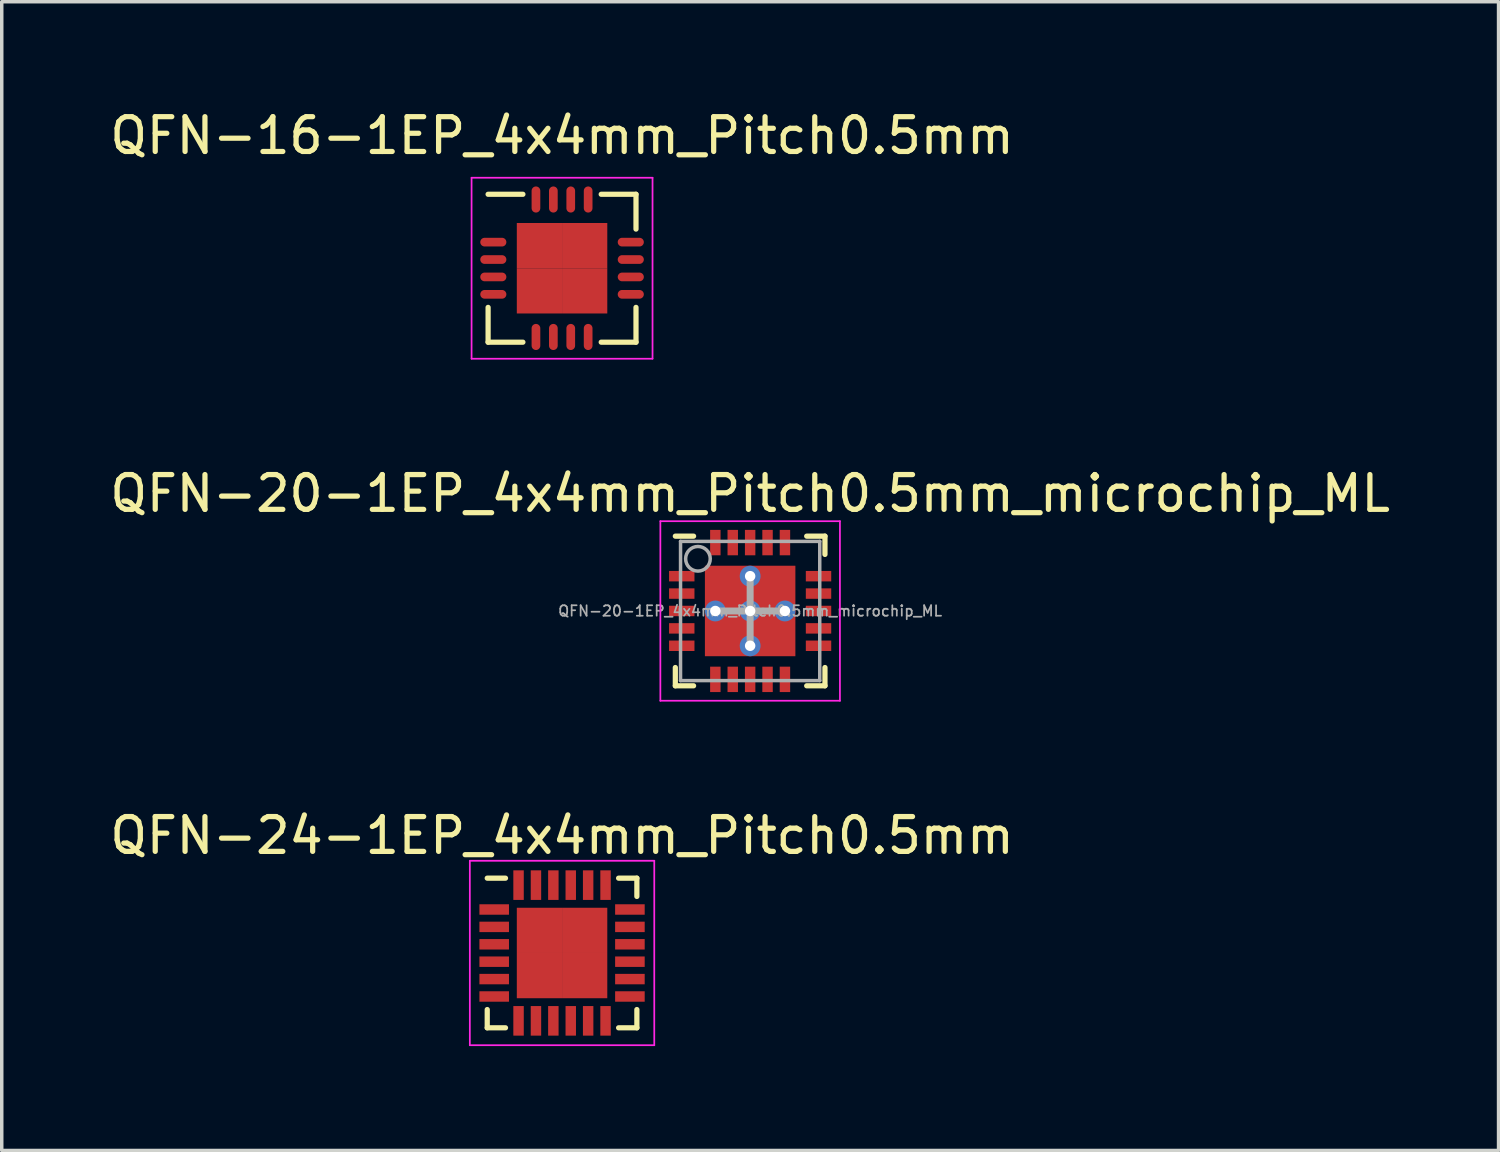
<source format=kicad_pcb>
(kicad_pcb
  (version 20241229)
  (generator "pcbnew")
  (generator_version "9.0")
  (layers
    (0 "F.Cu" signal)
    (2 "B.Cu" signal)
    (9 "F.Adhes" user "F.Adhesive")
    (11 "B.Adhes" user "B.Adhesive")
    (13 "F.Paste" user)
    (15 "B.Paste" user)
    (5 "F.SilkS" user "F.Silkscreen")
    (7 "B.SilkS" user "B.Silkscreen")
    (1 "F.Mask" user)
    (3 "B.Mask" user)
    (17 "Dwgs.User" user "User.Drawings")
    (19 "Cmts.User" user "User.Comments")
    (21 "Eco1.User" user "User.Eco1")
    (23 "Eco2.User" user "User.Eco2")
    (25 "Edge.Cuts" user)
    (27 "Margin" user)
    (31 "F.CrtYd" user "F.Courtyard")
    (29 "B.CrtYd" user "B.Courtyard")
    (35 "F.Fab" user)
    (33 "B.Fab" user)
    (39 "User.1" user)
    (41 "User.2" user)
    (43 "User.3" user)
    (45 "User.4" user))
  (footprint "QFN-16-1EP_4x4mm_Pitch0.5mm"
    (layer "F.Cu")
    (at 13.101 4.658)
    (property "Reference" "QFN-16-1EP_4x4mm_Pitch0.5mm" (at 0 -3.81 0) (layer "F.SilkS") (effects (font (size 1 1) (thickness 0.15))))
    (attr smd)
    (fp_line (start -2.125 -2.125) (end -1.125 -2.125) (stroke (width 0.15) (type solid)) (layer "F.SilkS"))
    (fp_line (start -2.125 2.125) (end -2.125 1.125) (stroke (width 0.15) (type solid)) (layer "F.SilkS"))
    (fp_line (start -2.125 2.125) (end -1.125 2.125) (stroke (width 0.15) (type solid)) (layer "F.SilkS"))
    (fp_line (start 2.125 -2.125) (end 1.125 -2.125) (stroke (width 0.15) (type solid)) (layer "F.SilkS"))
    (fp_line (start 2.125 -2.125) (end 2.125 -1.125) (stroke (width 0.15) (type solid)) (layer "F.SilkS"))
    (fp_line (start 2.125 2.125) (end 1.125 2.125) (stroke (width 0.15) (type solid)) (layer "F.SilkS"))
    (fp_line (start 2.125 2.125) (end 2.125 1.125) (stroke (width 0.15) (type solid)) (layer "F.SilkS"))
    (fp_line (start -2.6 -2.6) (end -2.6 2.6) (stroke (width 0.05) (type solid)) (layer "F.CrtYd"))
    (fp_line (start -2.6 -2.6) (end 2.6 -2.6) (stroke (width 0.05) (type solid)) (layer "F.CrtYd"))
    (fp_line (start -2.6 2.6) (end 2.6 2.6) (stroke (width 0.05) (type solid)) (layer "F.CrtYd"))
    (fp_line (start 2.6 -2.6) (end 2.6 2.6) (stroke (width 0.05) (type solid)) (layer "F.CrtYd"))
    (pad "1" smd oval (at -1.975 -0.75) (size 0.75 0.25) (layers "F.Cu" "F.Mask" "F.Paste"))
    (pad "2" smd oval (at -1.975 -0.25) (size 0.75 0.25) (layers "F.Cu" "F.Mask" "F.Paste"))
    (pad "3" smd oval (at -1.975 0.25) (size 0.75 0.25) (layers "F.Cu" "F.Mask" "F.Paste"))
    (pad "4" smd oval (at -1.975 0.75) (size 0.75 0.25) (layers "F.Cu" "F.Mask" "F.Paste"))
    (pad "5" smd oval (at -0.75 1.975 90) (size 0.75 0.25) (layers "F.Cu" "F.Mask" "F.Paste"))
    (pad "6" smd oval (at -0.25 1.975 90) (size 0.75 0.25) (layers "F.Cu" "F.Mask" "F.Paste"))
    (pad "7" smd oval (at 0.25 1.975 90) (size 0.75 0.25) (layers "F.Cu" "F.Mask" "F.Paste"))
    (pad "8" smd oval (at 0.75 1.975 90) (size 0.75 0.25) (layers "F.Cu" "F.Mask" "F.Paste"))
    (pad "9" smd oval (at 1.975 0.75) (size 0.75 0.25) (layers "F.Cu" "F.Mask" "F.Paste"))
    (pad "10" smd oval (at 1.975 0.25) (size 0.75 0.25) (layers "F.Cu" "F.Mask" "F.Paste"))
    (pad "11" smd oval (at 1.975 -0.25) (size 0.75 0.25) (layers "F.Cu" "F.Mask" "F.Paste"))
    (pad "12" smd oval (at 1.975 -0.75) (size 0.75 0.25) (layers "F.Cu" "F.Mask" "F.Paste"))
    (pad "13" smd oval (at 0.75 -1.975 90) (size 0.75 0.25) (layers "F.Cu" "F.Mask" "F.Paste"))
    (pad "14" smd oval (at 0.25 -1.975 90) (size 0.75 0.25) (layers "F.Cu" "F.Mask" "F.Paste"))
    (pad "15" smd oval (at -0.25 -1.975 90) (size 0.75 0.25) (layers "F.Cu" "F.Mask" "F.Paste"))
    (pad "16" smd oval (at -0.75 -1.975 90) (size 0.75 0.25) (layers "F.Cu" "F.Mask" "F.Paste"))
    (pad "17" smd rect (at -0.65 -0.65) (size 1.3 1.3) (layers "F.Cu" "F.Mask" "F.Paste"))
    (pad "17" smd rect (at -0.65 0.65) (size 1.3 1.3) (layers "F.Cu" "F.Mask" "F.Paste"))
    (pad "17" smd rect (at 0.65 -0.65) (size 1.3 1.3) (layers "F.Cu" "F.Mask" "F.Paste"))
    (pad "17" smd rect (at 0.65 0.65) (size 1.3 1.3) (layers "F.Cu" "F.Mask" "F.Paste")))
  (footprint "QFN-24-1EP_4x4mm_Pitch0.5mm"
    (layer "F.Cu")
    (at 13.101 24.335)
    (property "Reference" "QFN-24-1EP_4x4mm_Pitch0.5mm" (at 0 -3.375 0) (layer "F.SilkS") (effects (font (size 1 1) (thickness 0.15))))
    (attr smd)
    (fp_line (start -2.15 -2.15) (end -1.625 -2.15) (stroke (width 0.15) (type solid)) (layer "F.SilkS"))
    (fp_line (start -2.15 2.15) (end -2.15 1.625) (stroke (width 0.15) (type solid)) (layer "F.SilkS"))
    (fp_line (start -2.15 2.15) (end -1.625 2.15) (stroke (width 0.15) (type solid)) (layer "F.SilkS"))
    (fp_line (start 2.15 -2.15) (end 1.625 -2.15) (stroke (width 0.15) (type solid)) (layer "F.SilkS"))
    (fp_line (start 2.15 -2.15) (end 2.15 -1.625) (stroke (width 0.15) (type solid)) (layer "F.SilkS"))
    (fp_line (start 2.15 2.15) (end 1.625 2.15) (stroke (width 0.15) (type solid)) (layer "F.SilkS"))
    (fp_line (start 2.15 2.15) (end 2.15 1.625) (stroke (width 0.15) (type solid)) (layer "F.SilkS"))
    (fp_line (start -2.65 -2.65) (end -2.65 2.65) (stroke (width 0.05) (type solid)) (layer "F.CrtYd"))
    (fp_line (start -2.65 -2.65) (end 2.65 -2.65) (stroke (width 0.05) (type solid)) (layer "F.CrtYd"))
    (fp_line (start -2.65 2.65) (end 2.65 2.65) (stroke (width 0.05) (type solid)) (layer "F.CrtYd"))
    (fp_line (start 2.65 -2.65) (end 2.65 2.65) (stroke (width 0.05) (type solid)) (layer "F.CrtYd"))
    (pad "1" smd rect (at -1.95 -1.25) (size 0.85 0.3) (layers "F.Cu" "F.Mask" "F.Paste"))
    (pad "2" smd rect (at -1.95 -0.75) (size 0.85 0.3) (layers "F.Cu" "F.Mask" "F.Paste"))
    (pad "3" smd rect (at -1.95 -0.25) (size 0.85 0.3) (layers "F.Cu" "F.Mask" "F.Paste"))
    (pad "4" smd rect (at -1.95 0.25) (size 0.85 0.3) (layers "F.Cu" "F.Mask" "F.Paste"))
    (pad "5" smd rect (at -1.95 0.75) (size 0.85 0.3) (layers "F.Cu" "F.Mask" "F.Paste"))
    (pad "6" smd rect (at -1.95 1.25) (size 0.85 0.3) (layers "F.Cu" "F.Mask" "F.Paste"))
    (pad "7" smd rect (at -1.25 1.95 90) (size 0.85 0.3) (layers "F.Cu" "F.Mask" "F.Paste"))
    (pad "8" smd rect (at -0.75 1.95 90) (size 0.85 0.3) (layers "F.Cu" "F.Mask" "F.Paste"))
    (pad "9" smd rect (at -0.25 1.95 90) (size 0.85 0.3) (layers "F.Cu" "F.Mask" "F.Paste"))
    (pad "10" smd rect (at 0.25 1.95 90) (size 0.85 0.3) (layers "F.Cu" "F.Mask" "F.Paste"))
    (pad "11" smd rect (at 0.75 1.95 90) (size 0.85 0.3) (layers "F.Cu" "F.Mask" "F.Paste"))
    (pad "12" smd rect (at 1.25 1.95 90) (size 0.85 0.3) (layers "F.Cu" "F.Mask" "F.Paste"))
    (pad "13" smd rect (at 1.95 1.25) (size 0.85 0.3) (layers "F.Cu" "F.Mask" "F.Paste"))
    (pad "14" smd rect (at 1.95 0.75) (size 0.85 0.3) (layers "F.Cu" "F.Mask" "F.Paste"))
    (pad "15" smd rect (at 1.95 0.25) (size 0.85 0.3) (layers "F.Cu" "F.Mask" "F.Paste"))
    (pad "16" smd rect (at 1.95 -0.25) (size 0.85 0.3) (layers "F.Cu" "F.Mask" "F.Paste"))
    (pad "17" smd rect (at 1.95 -0.75) (size 0.85 0.3) (layers "F.Cu" "F.Mask" "F.Paste"))
    (pad "18" smd rect (at 1.95 -1.25) (size 0.85 0.3) (layers "F.Cu" "F.Mask" "F.Paste"))
    (pad "19" smd rect (at 1.25 -1.95 90) (size 0.85 0.3) (layers "F.Cu" "F.Mask" "F.Paste"))
    (pad "20" smd rect (at 0.75 -1.95 90) (size 0.85 0.3) (layers "F.Cu" "F.Mask" "F.Paste"))
    (pad "21" smd rect (at 0.25 -1.95 90) (size 0.85 0.3) (layers "F.Cu" "F.Mask" "F.Paste"))
    (pad "22" smd rect (at -0.25 -1.95 90) (size 0.85 0.3) (layers "F.Cu" "F.Mask" "F.Paste"))
    (pad "23" smd rect (at -0.75 -1.95 90) (size 0.85 0.3) (layers "F.Cu" "F.Mask" "F.Paste"))
    (pad "24" smd rect (at -1.25 -1.95 90) (size 0.85 0.3) (layers "F.Cu" "F.Mask" "F.Paste"))
    (pad "25" smd rect (at -0.65 -0.65) (size 1.3 1.3) (layers "F.Cu" "F.Mask" "F.Paste"))
    (pad "25" smd rect (at -0.65 0.65) (size 1.3 1.3) (layers "F.Cu" "F.Mask" "F.Paste"))
    (pad "25" smd rect (at 0.65 -0.65) (size 1.3 1.3) (layers "F.Cu" "F.Mask" "F.Paste"))
    (pad "25" smd rect (at 0.65 0.65) (size 1.3 1.3) (layers "F.Cu" "F.Mask" "F.Paste")))
  (footprint "QFN-20-1EP_4x4mm_Pitch0.5mm_microchip_ML"
    (layer "F.Cu")
    (at 18.506 14.507)
    (property "Reference" "QFN-20-1EP_4x4mm_Pitch0.5mm_microchip_ML" (at 0 -3.375 0) (layer "F.SilkS") (effects (font (size 1 1) (thickness 0.15))))
    (attr smd)
    (fp_line (start -2.15 -2.15) (end -1.625 -2.15) (stroke (width 0.15) (type solid)) (layer "F.SilkS"))
    (fp_line (start -2.15 2.15) (end -2.15 1.625) (stroke (width 0.15) (type solid)) (layer "F.SilkS"))
    (fp_line (start -2.15 2.15) (end -1.625 2.15) (stroke (width 0.15) (type solid)) (layer "F.SilkS"))
    (fp_line (start 2.15 -2.15) (end 1.625 -2.15) (stroke (width 0.15) (type solid)) (layer "F.SilkS"))
    (fp_line (start 2.15 -2.15) (end 2.15 -1.625) (stroke (width 0.15) (type solid)) (layer "F.SilkS"))
    (fp_line (start 2.15 2.15) (end 1.625 2.15) (stroke (width 0.15) (type solid)) (layer "F.SilkS"))
    (fp_line (start 2.15 2.15) (end 2.15 1.625) (stroke (width 0.15) (type solid)) (layer "F.SilkS"))
    (fp_line (start -2.58 -2.58) (end -2.58 2.58) (stroke (width 0.05) (type solid)) (layer "F.CrtYd"))
    (fp_line (start -2.58 -2.58) (end 2.58 -2.58) (stroke (width 0.05) (type solid)) (layer "F.CrtYd"))
    (fp_line (start -2.58 2.58) (end 2.58 2.58) (stroke (width 0.05) (type solid)) (layer "F.CrtYd"))
    (fp_line (start 2.58 -2.58) (end 2.58 2.58) (stroke (width 0.05) (type solid)) (layer "F.CrtYd"))
    (fp_line (start -2 -2) (end 2 -2) (stroke (width 0.1) (type solid)) (layer "F.Fab"))
    (fp_line (start -2 2) (end -2 -2) (stroke (width 0.1) (type solid)) (layer "F.Fab"))
    (fp_line (start -1 0) (end 1 0) (stroke (width 0.2) (type solid)) (layer "F.Fab"))
    (fp_line (start 0 -1) (end 0 1) (stroke (width 0.2) (type solid)) (layer "F.Fab"))
    (fp_line (start 2 -2) (end 2 2) (stroke (width 0.1) (type solid)) (layer "F.Fab"))
    (fp_line (start 2 2) (end -2 2) (stroke (width 0.1) (type solid)) (layer "F.Fab"))
    (fp_circle (center -1.5 -1.5) (end -1.25 -1.25) (stroke (width 0.1) (type solid)) (fill no) (layer "F.Fab"))
    (fp_text user "${REFERENCE}" (at 0 0 0) (layer "F.Fab") (effects (font (size 0.3 0.3) (thickness 0.05))))
    (pad "1" smd rect (at -1.965 -1) (size 0.73 0.3) (layers "F.Cu" "F.Mask" "F.Paste"))
    (pad "2" smd rect (at -1.965 -0.5) (size 0.73 0.3) (layers "F.Cu" "F.Mask" "F.Paste"))
    (pad "3" smd rect (at -1.965 0) (size 0.73 0.3) (layers "F.Cu" "F.Mask" "F.Paste"))
    (pad "4" smd rect (at -1.965 0.5) (size 0.73 0.3) (layers "F.Cu" "F.Mask" "F.Paste"))
    (pad "5" smd rect (at -1.965 1) (size 0.73 0.3) (layers "F.Cu" "F.Mask" "F.Paste"))
    (pad "6" smd rect (at -1 1.965 90) (size 0.73 0.3) (layers "F.Cu" "F.Mask" "F.Paste"))
    (pad "7" smd rect (at -0.5 1.965 90) (size 0.73 0.3) (layers "F.Cu" "F.Mask" "F.Paste"))
    (pad "8" smd rect (at 0 1.965 90) (size 0.73 0.3) (layers "F.Cu" "F.Mask" "F.Paste"))
    (pad "9" smd rect (at 0.5 1.965 90) (size 0.73 0.3) (layers "F.Cu" "F.Mask" "F.Paste"))
    (pad "10" smd rect (at 1 1.965 90) (size 0.73 0.3) (layers "F.Cu" "F.Mask" "F.Paste"))
    (pad "11" smd rect (at 1.965 1 180) (size 0.73 0.3) (layers "F.Cu" "F.Mask" "F.Paste"))
    (pad "12" smd rect (at 1.965 0.5 180) (size 0.73 0.3) (layers "F.Cu" "F.Mask" "F.Paste"))
    (pad "13" smd rect (at 1.965 0) (size 0.73 0.3) (layers "F.Cu" "F.Mask" "F.Paste"))
    (pad "14" smd rect (at 1.965 -0.5) (size 0.73 0.3) (layers "F.Cu" "F.Mask" "F.Paste"))
    (pad "15" smd rect (at 1.965 -1) (size 0.73 0.3) (layers "F.Cu" "F.Mask" "F.Paste"))
    (pad "16" smd rect (at 1 -1.965 90) (size 0.73 0.3) (layers "F.Cu" "F.Mask" "F.Paste"))
    (pad "17" smd rect (at 0.5 -1.965 90) (size 0.73 0.3) (layers "F.Cu" "F.Mask" "F.Paste"))
    (pad "18" smd rect (at 0 -1.965 90) (size 0.73 0.3) (layers "F.Cu" "F.Mask" "F.Paste"))
    (pad "19" smd rect (at -0.5 -1.965 90) (size 0.73 0.3) (layers "F.Cu" "F.Mask" "F.Paste"))
    (pad "20" smd rect (at -1 -1.965 90) (size 0.73 0.3) (layers "F.Cu" "F.Mask" "F.Paste"))
    (pad "21" thru_hole circle (at -1 0) (size 0.6 0.6) (drill 0.3) (layers "*.Cu" "F.Mask"))
    (pad "21" smd rect (at -0.65 -0.65) (size 1.3 1.3) (layers "F.Cu" "F.Mask" "F.Paste"))
    (pad "21" smd rect (at -0.65 0.65) (size 1.3 1.3) (layers "F.Cu" "F.Mask" "F.Paste"))
    (pad "21" thru_hole circle (at 0 -1) (size 0.6 0.6) (drill 0.3) (layers "*.Cu" "F.Mask"))
    (pad "21" thru_hole circle (at 0 0) (size 0.6 0.6) (drill 0.3) (layers "*.Cu" "F.Mask"))
    (pad "21" thru_hole circle (at 0 1) (size 0.6 0.6) (drill 0.3) (layers "*.Cu" "F.Mask"))
    (pad "21" smd rect (at 0.65 -0.65) (size 1.3 1.3) (layers "F.Cu" "F.Mask" "F.Paste"))
    (pad "21" smd rect (at 0.65 0.65) (size 1.3 1.3) (layers "F.Cu" "F.Mask" "F.Paste"))
    (pad "21" thru_hole circle (at 1 0) (size 0.6 0.6) (drill 0.3) (layers "*.Cu" "F.Mask")))
  (gr_rect
    (start -3 -3)
    (end 40.012 30.01)
    (stroke (width 0.1) (type default))
    (fill no)
    (layer "Edge.Cuts")))
</source>
